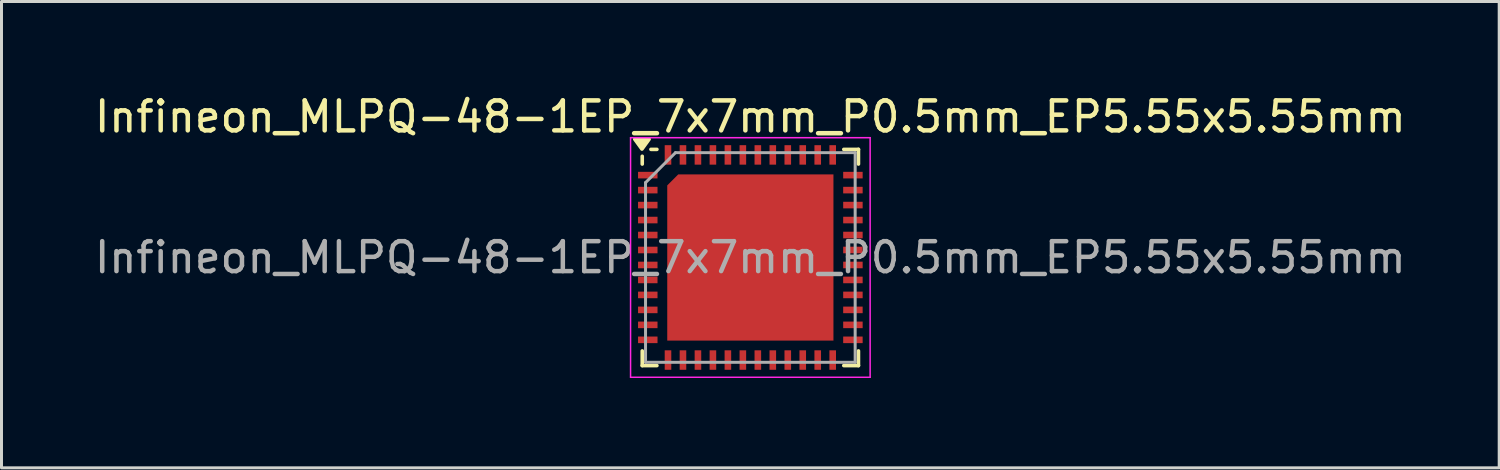
<source format=kicad_pcb>
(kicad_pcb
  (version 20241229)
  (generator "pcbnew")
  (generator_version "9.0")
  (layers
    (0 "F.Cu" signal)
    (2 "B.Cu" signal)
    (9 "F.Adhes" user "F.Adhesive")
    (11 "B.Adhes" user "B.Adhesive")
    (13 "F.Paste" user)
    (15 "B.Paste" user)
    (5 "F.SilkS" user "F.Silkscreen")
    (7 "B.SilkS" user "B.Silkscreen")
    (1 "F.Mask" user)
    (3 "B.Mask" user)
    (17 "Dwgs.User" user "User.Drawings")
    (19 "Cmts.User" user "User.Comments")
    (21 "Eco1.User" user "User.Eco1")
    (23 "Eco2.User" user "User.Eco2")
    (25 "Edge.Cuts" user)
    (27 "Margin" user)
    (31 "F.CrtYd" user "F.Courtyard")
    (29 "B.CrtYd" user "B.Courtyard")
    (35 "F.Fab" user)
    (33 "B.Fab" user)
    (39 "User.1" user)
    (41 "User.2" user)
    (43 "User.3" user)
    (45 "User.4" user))
  (footprint "Infineon_MLPQ-48-1EP_7x7mm_P0.5mm_EP5.55x5.55mm"
    (layer "F.Cu")
    (at 22.006 5.548)
    (property "Reference" "Infineon_MLPQ-48-1EP_7x7mm_P0.5mm_EP5.55x5.55mm" (at 0 -4.7 0) (layer "F.SilkS") (effects (font (size 1 1) (thickness 0.15))))
    (attr smd)
    (fp_line (start -3.61 -3.38) (end -3.61 -3.12) (stroke (width 0.12) (type solid)) (layer "F.SilkS"))
    (fp_line (start -3.61 3.61) (end -3.61 3.12) (stroke (width 0.12) (type solid)) (layer "F.SilkS"))
    (fp_line (start -3.12 -3.61) (end -3.32 -3.61) (stroke (width 0.12) (type solid)) (layer "F.SilkS"))
    (fp_line (start -3.12 3.61) (end -3.61 3.61) (stroke (width 0.12) (type solid)) (layer "F.SilkS"))
    (fp_line (start 3.12 -3.61) (end 3.61 -3.61) (stroke (width 0.12) (type solid)) (layer "F.SilkS"))
    (fp_line (start 3.12 3.61) (end 3.61 3.61) (stroke (width 0.12) (type solid)) (layer "F.SilkS"))
    (fp_line (start 3.61 -3.12) (end 3.61 -3.61) (stroke (width 0.12) (type solid)) (layer "F.SilkS"))
    (fp_line (start 3.61 3.61) (end 3.61 3.12) (stroke (width 0.12) (type solid)) (layer "F.SilkS"))
    (fp_poly (pts (xy -3.62 -3.62) (xy -3.86 -3.95) (xy -3.38 -3.95) (xy -3.62 -3.62)) (stroke (width 0.12) (type solid)) (fill yes) (layer "F.SilkS"))
    (fp_line (start -4 -4) (end -4 4) (stroke (width 0.05) (type solid)) (layer "F.CrtYd"))
    (fp_line (start -4 4) (end 4 4) (stroke (width 0.05) (type solid)) (layer "F.CrtYd"))
    (fp_line (start 4 -4) (end -4 -4) (stroke (width 0.05) (type solid)) (layer "F.CrtYd"))
    (fp_line (start 4 4) (end 4 -4) (stroke (width 0.05) (type solid)) (layer "F.CrtYd"))
    (fp_line (start -3.5 3.5) (end -3.5 -2.5) (stroke (width 0.1) (type solid)) (layer "F.Fab"))
    (fp_line (start -2.5 -3.5) (end -3.5 -2.5) (stroke (width 0.1) (type solid)) (layer "F.Fab"))
    (fp_line (start 3.5 -3.5) (end -2.5 -3.5) (stroke (width 0.1) (type solid)) (layer "F.Fab"))
    (fp_line (start 3.5 -3.5) (end 3.5 3.5) (stroke (width 0.1) (type solid)) (layer "F.Fab"))
    (fp_line (start 3.5 3.5) (end -3.5 3.5) (stroke (width 0.1) (type solid)) (layer "F.Fab"))
    (fp_text user "${REFERENCE}" (at 0 0 0) (layer "F.Fab") (effects (font (size 1 1) (thickness 0.15))))
    (pad "" smd rect (at -3.425 -2.75) (size 0.55 0.22) (layers "F.Paste"))
    (pad "" smd rect (at -3.425 -2.25) (size 0.55 0.22) (layers "F.Paste"))
    (pad "" smd rect (at -3.425 -1.75) (size 0.55 0.22) (layers "F.Paste"))
    (pad "" smd rect (at -3.425 -1.25) (size 0.55 0.22) (layers "F.Paste"))
    (pad "" smd rect (at -3.425 -0.75) (size 0.55 0.22) (layers "F.Paste"))
    (pad "" smd rect (at -3.425 -0.25) (size 0.55 0.22) (layers "F.Paste"))
    (pad "" smd rect (at -3.425 0.25) (size 0.55 0.22) (layers "F.Paste"))
    (pad "" smd rect (at -3.425 0.75) (size 0.55 0.22) (layers "F.Paste"))
    (pad "" smd rect (at -3.425 1.25) (size 0.55 0.22) (layers "F.Paste"))
    (pad "" smd rect (at -3.425 1.75) (size 0.55 0.22) (layers "F.Paste"))
    (pad "" smd rect (at -3.425 2.25) (size 0.55 0.22) (layers "F.Paste"))
    (pad "" smd rect (at -3.425 2.75) (size 0.55 0.22) (layers "F.Paste"))
    (pad "" smd rect (at -2.75 -3.425) (size 0.22 0.55) (layers "F.Paste"))
    (pad "" smd rect (at -2.75 3.425) (size 0.22 0.55) (layers "F.Paste"))
    (pad "" smd rect (at -2.25 -3.425) (size 0.22 0.55) (layers "F.Paste"))
    (pad "" smd rect (at -2.25 3.425) (size 0.22 0.55) (layers "F.Paste"))
    (pad "" smd custom (at -2.175 -2.175) (size 0.5 0.5) (layers "F.Paste") (options (anchor rect)) (primitives (gr_poly (pts (xy 0.55 0.55) (xy -0.55 0.55) (xy -0.55 -0.211) (xy -0.211 -0.55) (xy 0.55 -0.55)) (width 0) (fill yes))))
    (pad "" smd rect (at -2.175 -0.725) (size 1.1 1.1) (layers "F.Paste"))
    (pad "" smd rect (at -2.175 0.725) (size 1.1 1.1) (layers "F.Paste"))
    (pad "" smd rect (at -2.175 2.175) (size 1.1 1.1) (layers "F.Paste"))
    (pad "" smd rect (at -1.75 -3.425) (size 0.22 0.55) (layers "F.Paste"))
    (pad "" smd rect (at -1.75 3.425) (size 0.22 0.55) (layers "F.Paste"))
    (pad "" smd rect (at -1.25 -3.425) (size 0.22 0.55) (layers "F.Paste"))
    (pad "" smd rect (at -1.25 3.425) (size 0.22 0.55) (layers "F.Paste"))
    (pad "" smd rect (at -0.75 -3.425) (size 0.22 0.55) (layers "F.Paste"))
    (pad "" smd rect (at -0.75 3.425) (size 0.22 0.55) (layers "F.Paste"))
    (pad "" smd rect (at -0.725 -2.175) (size 1.1 1.1) (layers "F.Paste"))
    (pad "" smd rect (at -0.725 -0.725) (size 1.1 1.1) (layers "F.Paste"))
    (pad "" smd rect (at -0.725 0.725) (size 1.1 1.1) (layers "F.Paste"))
    (pad "" smd rect (at -0.725 2.175) (size 1.1 1.1) (layers "F.Paste"))
    (pad "" smd rect (at -0.25 -3.425) (size 0.22 0.55) (layers "F.Paste"))
    (pad "" smd rect (at -0.25 3.425) (size 0.22 0.55) (layers "F.Paste"))
    (pad "" smd rect (at 0.25 -3.425) (size 0.22 0.55) (layers "F.Paste"))
    (pad "" smd rect (at 0.25 3.425) (size 0.22 0.55) (layers "F.Paste"))
    (pad "" smd rect (at 0.725 -2.175) (size 1.1 1.1) (layers "F.Paste"))
    (pad "" smd rect (at 0.725 -0.725) (size 1.1 1.1) (layers "F.Paste"))
    (pad "" smd rect (at 0.725 0.725) (size 1.1 1.1) (layers "F.Paste"))
    (pad "" smd rect (at 0.725 2.175) (size 1.1 1.1) (layers "F.Paste"))
    (pad "" smd rect (at 0.75 -3.425) (size 0.22 0.55) (layers "F.Paste"))
    (pad "" smd rect (at 0.75 3.425) (size 0.22 0.55) (layers "F.Paste"))
    (pad "" smd rect (at 1.25 -3.425) (size 0.22 0.55) (layers "F.Paste"))
    (pad "" smd rect (at 1.25 3.425) (size 0.22 0.55) (layers "F.Paste"))
    (pad "" smd rect (at 1.75 -3.425) (size 0.22 0.55) (layers "F.Paste"))
    (pad "" smd rect (at 1.75 3.425) (size 0.22 0.55) (layers "F.Paste"))
    (pad "" smd rect (at 2.175 -2.175) (size 1.1 1.1) (layers "F.Paste"))
    (pad "" smd rect (at 2.175 -0.725) (size 1.1 1.1) (layers "F.Paste"))
    (pad "" smd rect (at 2.175 0.725) (size 1.1 1.1) (layers "F.Paste"))
    (pad "" smd rect (at 2.175 2.175) (size 1.1 1.1) (layers "F.Paste"))
    (pad "" smd rect (at 2.25 -3.425) (size 0.22 0.55) (layers "F.Paste"))
    (pad "" smd rect (at 2.25 3.425) (size 0.22 0.55) (layers "F.Paste"))
    (pad "" smd rect (at 2.75 -3.425) (size 0.22 0.55) (layers "F.Paste"))
    (pad "" smd rect (at 2.75 3.425) (size 0.22 0.55) (layers "F.Paste"))
    (pad "" smd rect (at 3.425 -2.75) (size 0.55 0.22) (layers "F.Paste"))
    (pad "" smd rect (at 3.425 -2.25) (size 0.55 0.22) (layers "F.Paste"))
    (pad "" smd rect (at 3.425 -1.75) (size 0.55 0.22) (layers "F.Paste"))
    (pad "" smd rect (at 3.425 -1.25) (size 0.55 0.22) (layers "F.Paste"))
    (pad "" smd rect (at 3.425 -0.75) (size 0.55 0.22) (layers "F.Paste"))
    (pad "" smd rect (at 3.425 -0.25) (size 0.55 0.22) (layers "F.Paste"))
    (pad "" smd rect (at 3.425 0.25) (size 0.55 0.22) (layers "F.Paste"))
    (pad "" smd rect (at 3.425 0.75) (size 0.55 0.22) (layers "F.Paste"))
    (pad "" smd rect (at 3.425 1.25) (size 0.55 0.22) (layers "F.Paste"))
    (pad "" smd rect (at 3.425 1.75) (size 0.55 0.22) (layers "F.Paste"))
    (pad "" smd rect (at 3.425 2.25) (size 0.55 0.22) (layers "F.Paste"))
    (pad "" smd rect (at 3.425 2.75) (size 0.55 0.22) (layers "F.Paste"))
    (pad "1" smd rect (at -3.425 -2.75) (size 0.65 0.22) (layers "F.Cu" "F.Mask"))
    (pad "2" smd rect (at -3.425 -2.25) (size 0.65 0.22) (layers "F.Cu" "F.Mask"))
    (pad "3" smd rect (at -3.425 -1.75) (size 0.65 0.22) (layers "F.Cu" "F.Mask"))
    (pad "4" smd rect (at -3.425 -1.25) (size 0.65 0.22) (layers "F.Cu" "F.Mask"))
    (pad "5" smd rect (at -3.425 -0.75) (size 0.65 0.22) (layers "F.Cu" "F.Mask"))
    (pad "6" smd rect (at -3.425 -0.25) (size 0.65 0.22) (layers "F.Cu" "F.Mask"))
    (pad "7" smd rect (at -3.425 0.25) (size 0.65 0.22) (layers "F.Cu" "F.Mask"))
    (pad "8" smd rect (at -3.425 0.75) (size 0.65 0.22) (layers "F.Cu" "F.Mask"))
    (pad "9" smd rect (at -3.425 1.25) (size 0.65 0.22) (layers "F.Cu" "F.Mask"))
    (pad "10" smd rect (at -3.425 1.75) (size 0.65 0.22) (layers "F.Cu" "F.Mask"))
    (pad "11" smd rect (at -3.425 2.25) (size 0.65 0.22) (layers "F.Cu" "F.Mask"))
    (pad "12" smd rect (at -3.425 2.75) (size 0.65 0.22) (layers "F.Cu" "F.Mask"))
    (pad "13" smd rect (at -2.75 3.425) (size 0.22 0.65) (layers "F.Cu" "F.Mask"))
    (pad "14" smd rect (at -2.25 3.425) (size 0.22 0.65) (layers "F.Cu" "F.Mask"))
    (pad "15" smd rect (at -1.75 3.425) (size 0.22 0.65) (layers "F.Cu" "F.Mask"))
    (pad "16" smd rect (at -1.25 3.425) (size 0.22 0.65) (layers "F.Cu" "F.Mask"))
    (pad "17" smd rect (at -0.75 3.425) (size 0.22 0.65) (layers "F.Cu" "F.Mask"))
    (pad "18" smd rect (at -0.25 3.425) (size 0.22 0.65) (layers "F.Cu" "F.Mask"))
    (pad "19" smd rect (at 0.25 3.425) (size 0.22 0.65) (layers "F.Cu" "F.Mask"))
    (pad "20" smd rect (at 0.75 3.425) (size 0.22 0.65) (layers "F.Cu" "F.Mask"))
    (pad "21" smd rect (at 1.25 3.425) (size 0.22 0.65) (layers "F.Cu" "F.Mask"))
    (pad "22" smd rect (at 1.75 3.425) (size 0.22 0.65) (layers "F.Cu" "F.Mask"))
    (pad "23" smd rect (at 2.25 3.425) (size 0.22 0.65) (layers "F.Cu" "F.Mask"))
    (pad "24" smd rect (at 2.75 3.425) (size 0.22 0.65) (layers "F.Cu" "F.Mask"))
    (pad "25" smd rect (at 3.425 2.75) (size 0.65 0.22) (layers "F.Cu" "F.Mask"))
    (pad "26" smd rect (at 3.425 2.25) (size 0.65 0.22) (layers "F.Cu" "F.Mask"))
    (pad "27" smd rect (at 3.425 1.75) (size 0.65 0.22) (layers "F.Cu" "F.Mask"))
    (pad "28" smd rect (at 3.425 1.25) (size 0.65 0.22) (layers "F.Cu" "F.Mask"))
    (pad "29" smd rect (at 3.425 0.75) (size 0.65 0.22) (layers "F.Cu" "F.Mask"))
    (pad "30" smd rect (at 3.425 0.25) (size 0.65 0.22) (layers "F.Cu" "F.Mask"))
    (pad "31" smd rect (at 3.425 -0.25) (size 0.65 0.22) (layers "F.Cu" "F.Mask"))
    (pad "32" smd rect (at 3.425 -0.75) (size 0.65 0.22) (layers "F.Cu" "F.Mask"))
    (pad "33" smd rect (at 3.425 -1.25) (size 0.65 0.22) (layers "F.Cu" "F.Mask"))
    (pad "34" smd rect (at 3.425 -1.75) (size 0.65 0.22) (layers "F.Cu" "F.Mask"))
    (pad "35" smd rect (at 3.425 -2.25) (size 0.65 0.22) (layers "F.Cu" "F.Mask"))
    (pad "36" smd rect (at 3.425 -2.75) (size 0.65 0.22) (layers "F.Cu" "F.Mask"))
    (pad "37" smd rect (at 2.75 -3.425) (size 0.22 0.65) (layers "F.Cu" "F.Mask"))
    (pad "38" smd rect (at 2.25 -3.425) (size 0.22 0.65) (layers "F.Cu" "F.Mask"))
    (pad "39" smd rect (at 1.75 -3.425) (size 0.22 0.65) (layers "F.Cu" "F.Mask"))
    (pad "40" smd rect (at 1.25 -3.425) (size 0.22 0.65) (layers "F.Cu" "F.Mask"))
    (pad "41" smd rect (at 0.75 -3.425) (size 0.22 0.65) (layers "F.Cu" "F.Mask"))
    (pad "42" smd rect (at 0.25 -3.425) (size 0.22 0.65) (layers "F.Cu" "F.Mask"))
    (pad "43" smd rect (at -0.25 -3.425) (size 0.22 0.65) (layers "F.Cu" "F.Mask"))
    (pad "44" smd rect (at -0.75 -3.425) (size 0.22 0.65) (layers "F.Cu" "F.Mask"))
    (pad "45" smd rect (at -1.25 -3.425) (size 0.22 0.65) (layers "F.Cu" "F.Mask"))
    (pad "46" smd rect (at -1.75 -3.425) (size 0.22 0.65) (layers "F.Cu" "F.Mask"))
    (pad "47" smd rect (at -2.25 -3.425) (size 0.22 0.65) (layers "F.Cu" "F.Mask"))
    (pad "48" smd rect (at -2.75 -3.425) (size 0.22 0.65) (layers "F.Cu" "F.Mask"))
    (pad "49" smd custom (at 0 0) (size 5 5) (layers "F.Cu" "F.Mask") (options (anchor rect)) (primitives (gr_poly (pts (xy 2.775 2.775) (xy -2.775 2.775) (xy -2.775 -2.407) (xy -2.407 -2.775) (xy 2.775 -2.775)) (width 0) (fill yes)))))
  (gr_rect
    (start -3 -3)
    (end 47.012 12.573)
    (stroke (width 0.1) (type default))
    (fill no)
    (layer "Edge.Cuts")))
</source>
